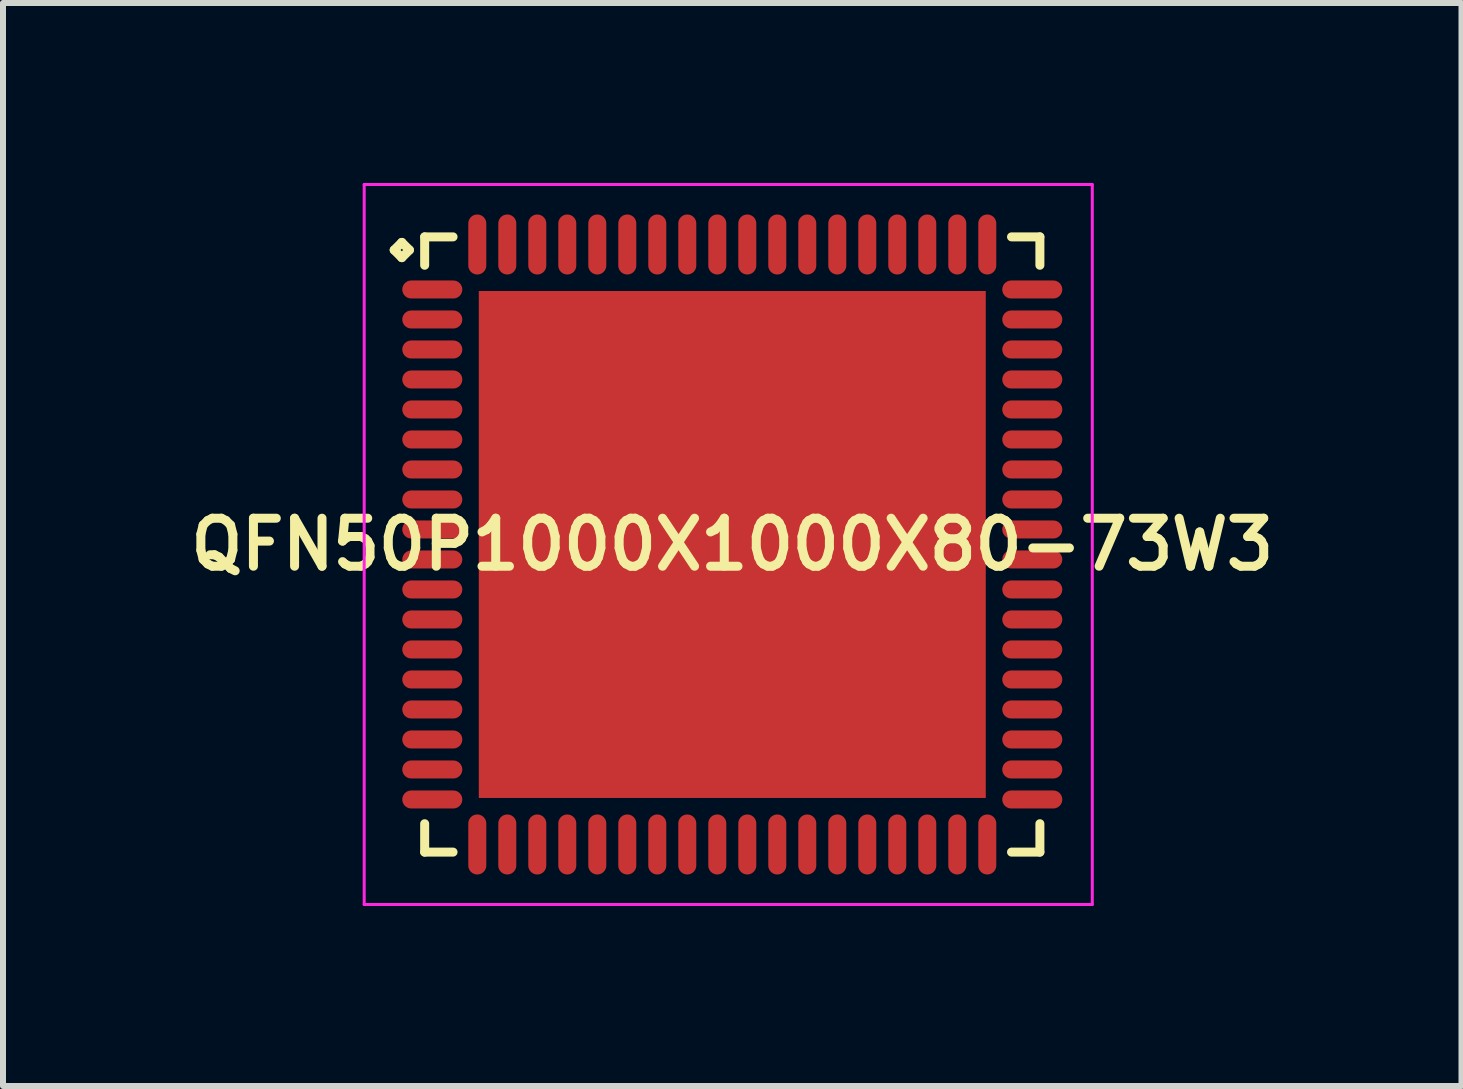
<source format=kicad_pcb>
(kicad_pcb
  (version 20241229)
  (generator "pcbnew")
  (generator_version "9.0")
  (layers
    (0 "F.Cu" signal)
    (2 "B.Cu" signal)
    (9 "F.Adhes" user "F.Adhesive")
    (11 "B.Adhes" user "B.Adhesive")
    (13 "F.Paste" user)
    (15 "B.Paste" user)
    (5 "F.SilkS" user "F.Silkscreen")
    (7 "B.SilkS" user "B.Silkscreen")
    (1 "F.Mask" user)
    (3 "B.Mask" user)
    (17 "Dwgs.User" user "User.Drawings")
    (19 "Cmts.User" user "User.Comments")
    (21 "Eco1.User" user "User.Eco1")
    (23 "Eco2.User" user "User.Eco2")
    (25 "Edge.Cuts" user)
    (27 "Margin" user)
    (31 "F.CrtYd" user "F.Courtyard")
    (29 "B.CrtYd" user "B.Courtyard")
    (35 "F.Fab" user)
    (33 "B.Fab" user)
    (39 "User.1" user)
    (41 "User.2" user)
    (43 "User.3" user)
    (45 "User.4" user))
  (footprint "QFN50P1000X1000X80-73W3"
    (layer "F.Cu")
    (at 9.155 6.025)
    (property "Reference" "QFN50P1000X1000X80-73W3" (at 0 0 0) (layer "F.SilkS") (effects (font (size 0.8 0.8) (thickness 0.15))))
    (attr smd)
    (fp_line (start -5.635 -4.908) (end -5.508 -5.035) (stroke (width 0.15) (type solid)) (layer "F.SilkS"))
    (fp_line (start -5.508 -5.035) (end -5.381 -4.908) (stroke (width 0.15) (type solid)) (layer "F.SilkS"))
    (fp_line (start -5.508 -4.781) (end -5.635 -4.908) (stroke (width 0.15) (type solid)) (layer "F.SilkS"))
    (fp_line (start -5.381 -4.908) (end -5.508 -4.781) (stroke (width 0.15) (type solid)) (layer "F.SilkS"))
    (fp_line (start -5.127 -5.127) (end -4.654 -5.127) (stroke (width 0.15) (type solid)) (layer "F.SilkS"))
    (fp_line (start -5.127 -4.654) (end -5.127 -5.127) (stroke (width 0.15) (type solid)) (layer "F.SilkS"))
    (fp_line (start -5.127 4.654) (end -5.127 5.127) (stroke (width 0.15) (type solid)) (layer "F.SilkS"))
    (fp_line (start -5.127 5.127) (end -4.654 5.127) (stroke (width 0.15) (type solid)) (layer "F.SilkS"))
    (fp_line (start 4.654 -5.127) (end 5.127 -5.127) (stroke (width 0.15) (type solid)) (layer "F.SilkS"))
    (fp_line (start 4.654 5.127) (end 5.127 5.127) (stroke (width 0.15) (type solid)) (layer "F.SilkS"))
    (fp_line (start 5.127 -5.127) (end 5.127 -4.654) (stroke (width 0.15) (type solid)) (layer "F.SilkS"))
    (fp_line (start 5.127 5.127) (end 5.127 4.654) (stroke (width 0.15) (type solid)) (layer "F.SilkS"))
    (fp_line (start -6.135 -6) (end 6 -6) (stroke (width 0.05) (type solid)) (layer "F.CrtYd"))
    (fp_line (start -6.135 6) (end -6.135 -6) (stroke (width 0.05) (type solid)) (layer "F.CrtYd"))
    (fp_line (start 6 -6) (end 6 6) (stroke (width 0.05) (type solid)) (layer "F.CrtYd"))
    (fp_line (start 6 6) (end -6.135 6) (stroke (width 0.05) (type solid)) (layer "F.CrtYd"))
    (pad "1" smd oval (at -5 -4.25) (size 1 0.3) (layers "F.Cu" "F.Mask" "F.Paste"))
    (pad "2" smd oval (at -5 -3.75) (size 1 0.3) (layers "F.Cu" "F.Mask" "F.Paste"))
    (pad "3" smd oval (at -5 -3.25) (size 1 0.3) (layers "F.Cu" "F.Mask" "F.Paste"))
    (pad "4" smd oval (at -5 -2.75) (size 1 0.3) (layers "F.Cu" "F.Mask" "F.Paste"))
    (pad "5" smd oval (at -5 -2.25) (size 1 0.3) (layers "F.Cu" "F.Mask" "F.Paste"))
    (pad "6" smd oval (at -5 -1.75) (size 1 0.3) (layers "F.Cu" "F.Mask" "F.Paste"))
    (pad "7" smd oval (at -5 -1.25) (size 1 0.3) (layers "F.Cu" "F.Mask" "F.Paste"))
    (pad "8" smd oval (at -5 -0.75) (size 1 0.3) (layers "F.Cu" "F.Mask" "F.Paste"))
    (pad "9" smd oval (at -5 -0.25) (size 1 0.3) (layers "F.Cu" "F.Mask" "F.Paste"))
    (pad "10" smd oval (at -5 0.25) (size 1 0.3) (layers "F.Cu" "F.Mask" "F.Paste"))
    (pad "11" smd oval (at -5 0.75) (size 1 0.3) (layers "F.Cu" "F.Mask" "F.Paste"))
    (pad "12" smd oval (at -5 1.25) (size 1 0.3) (layers "F.Cu" "F.Mask" "F.Paste"))
    (pad "13" smd oval (at -5 1.75) (size 1 0.3) (layers "F.Cu" "F.Mask" "F.Paste"))
    (pad "14" smd oval (at -5 2.25) (size 1 0.3) (layers "F.Cu" "F.Mask" "F.Paste"))
    (pad "15" smd oval (at -5 2.75) (size 1 0.3) (layers "F.Cu" "F.Mask" "F.Paste"))
    (pad "16" smd oval (at -5 3.25) (size 1 0.3) (layers "F.Cu" "F.Mask" "F.Paste"))
    (pad "17" smd oval (at -5 3.75) (size 1 0.3) (layers "F.Cu" "F.Mask" "F.Paste"))
    (pad "18" smd oval (at -5 4.25) (size 1 0.3) (layers "F.Cu" "F.Mask" "F.Paste"))
    (pad "19" smd oval (at -4.25 5) (size 0.3 1) (layers "F.Cu" "F.Mask" "F.Paste"))
    (pad "20" smd oval (at -3.75 5) (size 0.3 1) (layers "F.Cu" "F.Mask" "F.Paste"))
    (pad "21" smd oval (at -3.25 5) (size 0.3 1) (layers "F.Cu" "F.Mask" "F.Paste"))
    (pad "22" smd oval (at -2.75 5) (size 0.3 1) (layers "F.Cu" "F.Mask" "F.Paste"))
    (pad "23" smd oval (at -2.25 5) (size 0.3 1) (layers "F.Cu" "F.Mask" "F.Paste"))
    (pad "24" smd oval (at -1.75 5) (size 0.3 1) (layers "F.Cu" "F.Mask" "F.Paste"))
    (pad "25" smd oval (at -1.25 5) (size 0.3 1) (layers "F.Cu" "F.Mask" "F.Paste"))
    (pad "26" smd oval (at -0.75 5) (size 0.3 1) (layers "F.Cu" "F.Mask" "F.Paste"))
    (pad "27" smd oval (at -0.25 5) (size 0.3 1) (layers "F.Cu" "F.Mask" "F.Paste"))
    (pad "28" smd oval (at 0.25 5) (size 0.3 1) (layers "F.Cu" "F.Mask" "F.Paste"))
    (pad "29" smd oval (at 0.75 5) (size 0.3 1) (layers "F.Cu" "F.Mask" "F.Paste"))
    (pad "30" smd oval (at 1.25 5) (size 0.3 1) (layers "F.Cu" "F.Mask" "F.Paste"))
    (pad "31" smd oval (at 1.75 5) (size 0.3 1) (layers "F.Cu" "F.Mask" "F.Paste"))
    (pad "32" smd oval (at 2.25 5) (size 0.3 1) (layers "F.Cu" "F.Mask" "F.Paste"))
    (pad "33" smd oval (at 2.75 5) (size 0.3 1) (layers "F.Cu" "F.Mask" "F.Paste"))
    (pad "34" smd oval (at 3.25 5) (size 0.3 1) (layers "F.Cu" "F.Mask" "F.Paste"))
    (pad "35" smd oval (at 3.75 5) (size 0.3 1) (layers "F.Cu" "F.Mask" "F.Paste"))
    (pad "36" smd oval (at 4.25 5) (size 0.3 1) (layers "F.Cu" "F.Mask" "F.Paste"))
    (pad "37" smd oval (at 5 4.25) (size 1 0.3) (layers "F.Cu" "F.Mask" "F.Paste"))
    (pad "38" smd oval (at 5 3.75) (size 1 0.3) (layers "F.Cu" "F.Mask" "F.Paste"))
    (pad "39" smd oval (at 5 3.25) (size 1 0.3) (layers "F.Cu" "F.Mask" "F.Paste"))
    (pad "40" smd oval (at 5 2.75) (size 1 0.3) (layers "F.Cu" "F.Mask" "F.Paste"))
    (pad "41" smd oval (at 5 2.25) (size 1 0.3) (layers "F.Cu" "F.Mask" "F.Paste"))
    (pad "42" smd oval (at 5 1.75) (size 1 0.3) (layers "F.Cu" "F.Mask" "F.Paste"))
    (pad "43" smd oval (at 5 1.25) (size 1 0.3) (layers "F.Cu" "F.Mask" "F.Paste"))
    (pad "44" smd oval (at 5 0.75) (size 1 0.3) (layers "F.Cu" "F.Mask" "F.Paste"))
    (pad "45" smd oval (at 5 0.25) (size 1 0.3) (layers "F.Cu" "F.Mask" "F.Paste"))
    (pad "46" smd oval (at 5 -0.25) (size 1 0.3) (layers "F.Cu" "F.Mask" "F.Paste"))
    (pad "47" smd oval (at 5 -0.75) (size 1 0.3) (layers "F.Cu" "F.Mask" "F.Paste"))
    (pad "48" smd oval (at 5 -1.25) (size 1 0.3) (layers "F.Cu" "F.Mask" "F.Paste"))
    (pad "49" smd oval (at 5 -1.75) (size 1 0.3) (layers "F.Cu" "F.Mask" "F.Paste"))
    (pad "50" smd oval (at 5 -2.25) (size 1 0.3) (layers "F.Cu" "F.Mask" "F.Paste"))
    (pad "51" smd oval (at 5 -2.75) (size 1 0.3) (layers "F.Cu" "F.Mask" "F.Paste"))
    (pad "52" smd oval (at 5 -3.25) (size 1 0.3) (layers "F.Cu" "F.Mask" "F.Paste"))
    (pad "53" smd oval (at 5 -3.75) (size 1 0.3) (layers "F.Cu" "F.Mask" "F.Paste"))
    (pad "54" smd oval (at 5 -4.25) (size 1 0.3) (layers "F.Cu" "F.Mask" "F.Paste"))
    (pad "55" smd oval (at 4.25 -5) (size 0.3 1) (layers "F.Cu" "F.Mask" "F.Paste"))
    (pad "56" smd oval (at 3.75 -5) (size 0.3 1) (layers "F.Cu" "F.Mask" "F.Paste"))
    (pad "57" smd oval (at 3.25 -5) (size 0.3 1) (layers "F.Cu" "F.Mask" "F.Paste"))
    (pad "58" smd oval (at 2.75 -5) (size 0.3 1) (layers "F.Cu" "F.Mask" "F.Paste"))
    (pad "59" smd oval (at 2.25 -5) (size 0.3 1) (layers "F.Cu" "F.Mask" "F.Paste"))
    (pad "60" smd oval (at 1.75 -5) (size 0.3 1) (layers "F.Cu" "F.Mask" "F.Paste"))
    (pad "61" smd oval (at 1.25 -5) (size 0.3 1) (layers "F.Cu" "F.Mask" "F.Paste"))
    (pad "62" smd oval (at 0.75 -5) (size 0.3 1) (layers "F.Cu" "F.Mask" "F.Paste"))
    (pad "63" smd oval (at 0.25 -5) (size 0.3 1) (layers "F.Cu" "F.Mask" "F.Paste"))
    (pad "64" smd oval (at -0.25 -5) (size 0.3 1) (layers "F.Cu" "F.Mask" "F.Paste"))
    (pad "65" smd oval (at -0.75 -5) (size 0.3 1) (layers "F.Cu" "F.Mask" "F.Paste"))
    (pad "66" smd oval (at -1.25 -5) (size 0.3 1) (layers "F.Cu" "F.Mask" "F.Paste"))
    (pad "67" smd oval (at -1.75 -5) (size 0.3 1) (layers "F.Cu" "F.Mask" "F.Paste"))
    (pad "68" smd oval (at -2.25 -5) (size 0.3 1) (layers "F.Cu" "F.Mask" "F.Paste"))
    (pad "69" smd oval (at -2.75 -5) (size 0.3 1) (layers "F.Cu" "F.Mask" "F.Paste"))
    (pad "70" smd oval (at -3.25 -5) (size 0.3 1) (layers "F.Cu" "F.Mask" "F.Paste"))
    (pad "71" smd oval (at -3.75 -5) (size 0.3 1) (layers "F.Cu" "F.Mask" "F.Paste"))
    (pad "72" smd oval (at -4.25 -5) (size 0.3 1) (layers "F.Cu" "F.Mask" "F.Paste"))
    (pad "73" smd rect (at 0 0) (size 8.45 8.45) (layers "F.Cu" "F.Mask" "F.Paste")))
  (gr_rect
    (start -3 -3)
    (end 21.309 15.05)
    (stroke (width 0.1) (type default))
    (fill no)
    (layer "Edge.Cuts")))
</source>
